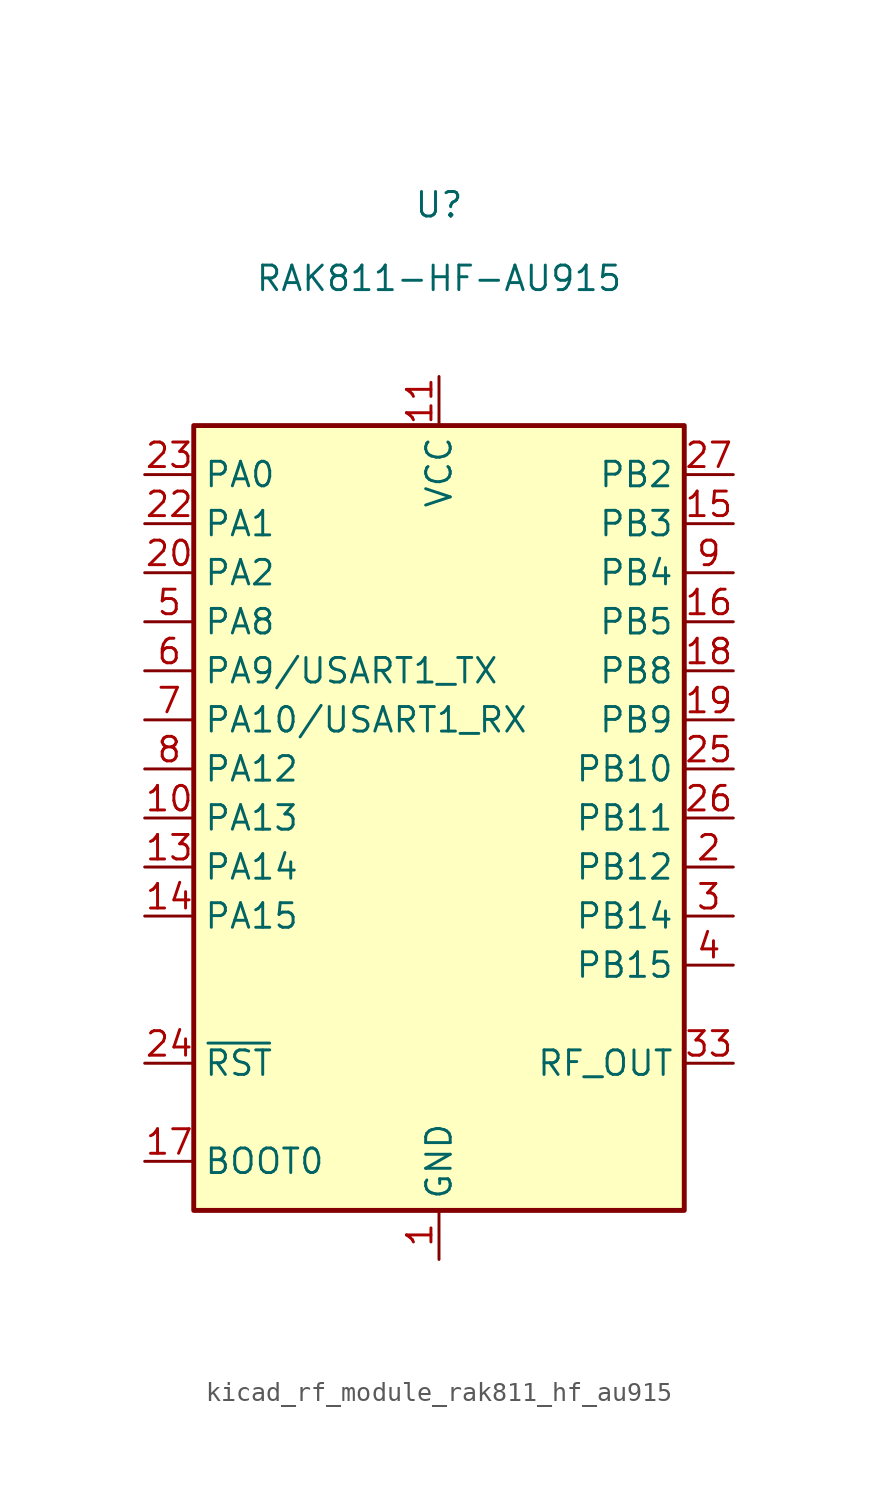
<source format=kicad_sym>
(kicad_symbol_lib
  (version 20220914)
  (generator kicad_symbol_editor)
  (symbol "kicad_rf_module_rak811_hf_au915"
    (property "Reference" "U"
      (at 0 31.75 0)
      (effects (font (size 1.27 1.27))))
    (property "Value" "RAK811-HF-AU915"
      (at 0 27.94 0)
      (effects (font (size 1.27 1.27))))
    (symbol "kicad_rf_module_rak811_hf_au915_0_0"
      (pin power_in line (at 0 -22.86 90) (length 2.54) (name "GND" (effects (font (size 1.27 1.27)))) (number "1" (effects (font (size 1.27 1.27)))))
      (pin bidirectional line (at -15.24 0 0) (length 2.54) (name "PA13" (effects (font (size 1.27 1.27)))) (number "10" (effects (font (size 1.27 1.27)))))
      (pin power_in line (at 0 22.86 270) (length 2.54) (name "VCC" (effects (font (size 1.27 1.27)))) (number "11" (effects (font (size 1.27 1.27)))))
      (pin passive line (at 0 -22.86 90) (length 2.54) hide (name "GND" (effects (font (size 1.27 1.27)))) (number "12" (effects (font (size 1.27 1.27)))))
      (pin bidirectional line (at -15.24 -2.54 0) (length 2.54) (name "PA14" (effects (font (size 1.27 1.27)))) (number "13" (effects (font (size 1.27 1.27)))))
      (pin bidirectional line (at -15.24 -5.08 0) (length 2.54) (name "PA15" (effects (font (size 1.27 1.27)))) (number "14" (effects (font (size 1.27 1.27)))))
      (pin bidirectional line (at 15.24 15.24 180) (length 2.54) (name "PB3" (effects (font (size 1.27 1.27)))) (number "15" (effects (font (size 1.27 1.27)))))
      (pin bidirectional line (at 15.24 10.16 180) (length 2.54) (name "PB5" (effects (font (size 1.27 1.27)))) (number "16" (effects (font (size 1.27 1.27)))))
      (pin input line (at -15.24 -17.78 0) (length 2.54) (name "BOOT0" (effects (font (size 1.27 1.27)))) (number "17" (effects (font (size 1.27 1.27)))))
      (pin bidirectional line (at 15.24 7.62 180) (length 2.54) (name "PB8" (effects (font (size 1.27 1.27)))) (number "18" (effects (font (size 1.27 1.27)))))
      (pin bidirectional line (at 15.24 5.08 180) (length 2.54) (name "PB9" (effects (font (size 1.27 1.27)))) (number "19" (effects (font (size 1.27 1.27)))))
      (pin bidirectional line (at 15.24 -2.54 180) (length 2.54) (name "PB12" (effects (font (size 1.27 1.27)))) (number "2" (effects (font (size 1.27 1.27)))))
      (pin bidirectional line (at -15.24 12.7 0) (length 2.54) (name "PA2" (effects (font (size 1.27 1.27)))) (number "20" (effects (font (size 1.27 1.27)))))
      (pin passive line (at 0 -22.86 90) (length 2.54) hide (name "GND" (effects (font (size 1.27 1.27)))) (number "21" (effects (font (size 1.27 1.27)))))
      (pin bidirectional line (at -15.24 15.24 0) (length 2.54) (name "PA1" (effects (font (size 1.27 1.27)))) (number "22" (effects (font (size 1.27 1.27)))))
      (pin bidirectional line (at -15.24 17.78 0) (length 2.54) (name "PA0" (effects (font (size 1.27 1.27)))) (number "23" (effects (font (size 1.27 1.27)))))
      (pin input line (at -15.24 -12.7 0) (length 2.54) (name "~{RST}" (effects (font (size 1.27 1.27)))) (number "24" (effects (font (size 1.27 1.27)))))
      (pin bidirectional line (at 15.24 2.54 180) (length 2.54) (name "PB10" (effects (font (size 1.27 1.27)))) (number "25" (effects (font (size 1.27 1.27)))))
      (pin bidirectional line (at 15.24 0 180) (length 2.54) (name "PB11" (effects (font (size 1.27 1.27)))) (number "26" (effects (font (size 1.27 1.27)))))
      (pin bidirectional line (at 15.24 17.78 180) (length 2.54) (name "PB2" (effects (font (size 1.27 1.27)))) (number "27" (effects (font (size 1.27 1.27)))))
      (pin passive line (at 0 -22.86 90) (length 2.54) hide (name "GND" (effects (font (size 1.27 1.27)))) (number "28" (effects (font (size 1.27 1.27)))))
      (pin passive line (at 0 -22.86 90) (length 2.54) hide (name "GND" (effects (font (size 1.27 1.27)))) (number "29" (effects (font (size 1.27 1.27)))))
      (pin bidirectional line (at 15.24 -5.08 180) (length 2.54) (name "PB14" (effects (font (size 1.27 1.27)))) (number "3" (effects (font (size 1.27 1.27)))))
      (pin passive line (at 0 -22.86 90) (length 2.54) hide (name "GND" (effects (font (size 1.27 1.27)))) (number "30" (effects (font (size 1.27 1.27)))))
      (pin passive line (at 0 -22.86 90) (length 2.54) hide (name "GND" (effects (font (size 1.27 1.27)))) (number "31" (effects (font (size 1.27 1.27)))))
      (pin passive line (at 0 -22.86 90) (length 2.54) hide (name "GND" (effects (font (size 1.27 1.27)))) (number "32" (effects (font (size 1.27 1.27)))))
      (pin passive line (at 15.24 -12.7 180) (length 2.54) (name "RF_OUT" (effects (font (size 1.27 1.27)))) (number "33" (effects (font (size 1.27 1.27)))))
      (pin passive line (at 0 -22.86 90) (length 2.54) hide (name "GND" (effects (font (size 1.27 1.27)))) (number "34" (effects (font (size 1.27 1.27)))))
      (pin bidirectional line (at 15.24 -7.62 180) (length 2.54) (name "PB15" (effects (font (size 1.27 1.27)))) (number "4" (effects (font (size 1.27 1.27)))))
      (pin bidirectional line (at -15.24 10.16 0) (length 2.54) (name "PA8" (effects (font (size 1.27 1.27)))) (number "5" (effects (font (size 1.27 1.27)))))
      (pin bidirectional line (at -15.24 7.62 0) (length 2.54) (name "PA9/USART1_TX" (effects (font (size 1.27 1.27)))) (number "6" (effects (font (size 1.27 1.27)))))
      (pin bidirectional line (at -15.24 5.08 0) (length 2.54) (name "PA10/USART1_RX" (effects (font (size 1.27 1.27)))) (number "7" (effects (font (size 1.27 1.27)))))
      (pin bidirectional line (at -15.24 2.54 0) (length 2.54) (name "PA12" (effects (font (size 1.27 1.27)))) (number "8" (effects (font (size 1.27 1.27)))))
      (pin bidirectional line (at 15.24 12.7 180) (length 2.54) (name "PB4" (effects (font (size 1.27 1.27)))) (number "9" (effects (font (size 1.27 1.27))))))
    (symbol "kicad_rf_module_rak811_hf_au915_0_1"
      (rectangle (start 12.7 -20.32) (end -12.7 20.32) (stroke (width 0.254) (type default)) (fill (type background))))))
</source>
